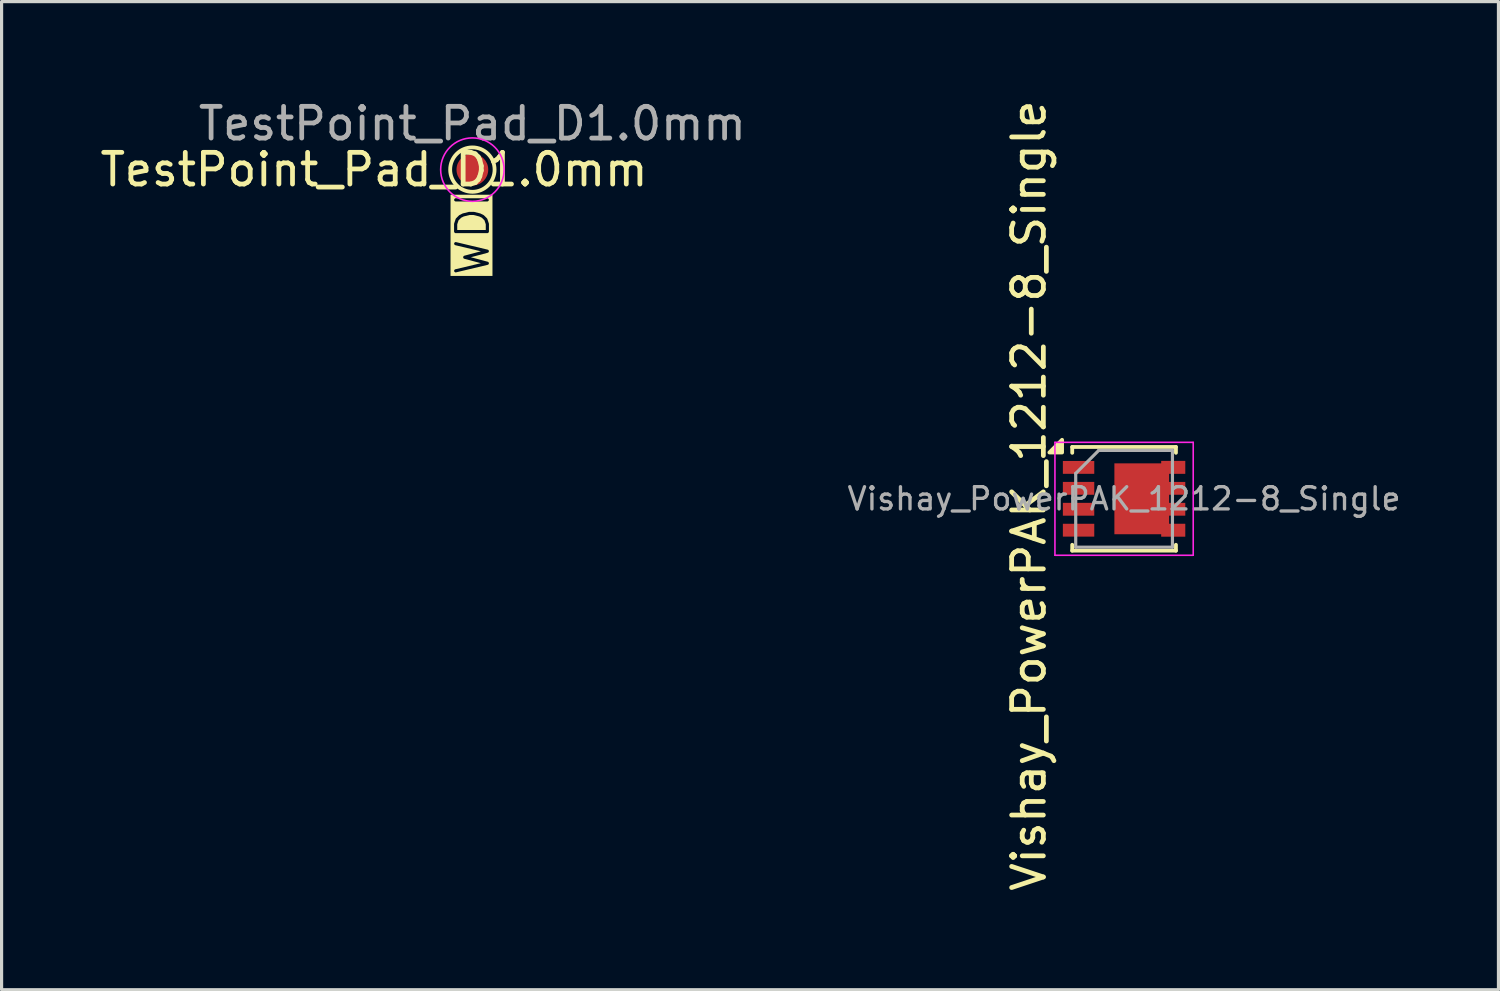
<source format=kicad_pcb>
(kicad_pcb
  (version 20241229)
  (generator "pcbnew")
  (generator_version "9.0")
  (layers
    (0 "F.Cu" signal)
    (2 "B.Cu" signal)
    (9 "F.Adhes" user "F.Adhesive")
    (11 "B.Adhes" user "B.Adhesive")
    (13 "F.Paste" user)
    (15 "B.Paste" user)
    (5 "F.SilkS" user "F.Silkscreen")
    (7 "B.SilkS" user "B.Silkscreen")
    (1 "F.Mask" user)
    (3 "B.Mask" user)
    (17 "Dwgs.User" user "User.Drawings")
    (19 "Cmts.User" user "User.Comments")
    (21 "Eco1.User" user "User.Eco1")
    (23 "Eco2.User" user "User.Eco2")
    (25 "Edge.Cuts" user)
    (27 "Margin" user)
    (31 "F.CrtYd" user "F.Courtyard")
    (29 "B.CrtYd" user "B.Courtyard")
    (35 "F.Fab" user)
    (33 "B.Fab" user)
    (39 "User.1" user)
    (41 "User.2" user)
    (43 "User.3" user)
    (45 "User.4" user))
  (footprint "TestPoint_Pad_D1.0mm"
    (layer "F.Cu")
    (at 11.844 2.298)
    (property "Reference" "TestPoint_Pad_D1.0mm" (at -3.1 0 0) (layer "F.SilkS") (effects (font (size 1 1) (thickness 0.15))))
    (property "Value" "WDI" (at 4.7 0 0) (layer "F.SilkS" knockout) (hide yes) (effects (font (size 1 1) (thickness 0.15))))
    (attr smd exclude_from_pos_files)
    (fp_circle (center 0 0) (end 0 0.7) (stroke (width 0.12) (type solid)) (fill no) (layer "F.SilkS"))
    (fp_circle (center 0 0) (end 1 0) (stroke (width 0.05) (type solid)) (fill no) (layer "F.CrtYd"))
    (fp_text user "${VALUE}" (at 0.6 3.4 90) (unlocked yes) (layer "F.SilkS" knockout) (effects (font (size 1 1) (thickness 0.1)) (justify left bottom)))
    (fp_text user "${REFERENCE}" (at 0 -1.45 0) (layer "F.Fab") (effects (font (size 1 1) (thickness 0.15))))
    (pad "1" smd circle (at 0 0) (size 1 1) (layers "F.Cu" "F.Mask")))
  (footprint "Vishay_PowerPAK_1212-8_Single"
    (layer "F.Cu")
    (at 32.392 12.677)
    (property "Reference" "Vishay_PowerPAK_1212-8_Single" (at -3 -0.1 90) (layer "F.SilkS") (effects (font (size 1 1) (thickness 0.15))))
    (attr smd)
    (fp_line (start -1.635 -1.635) (end -1.635 -1.45) (stroke (width 0.12) (type solid)) (layer "F.SilkS"))
    (fp_line (start -1.635 -1.635) (end 1.635 -1.635) (stroke (width 0.12) (type solid)) (layer "F.SilkS"))
    (fp_line (start -1.635 1.45) (end -1.635 1.635) (stroke (width 0.12) (type solid)) (layer "F.SilkS"))
    (fp_line (start -1.635 1.635) (end 1.635 1.635) (stroke (width 0.12) (type solid)) (layer "F.SilkS"))
    (fp_line (start 1.635 -1.635) (end 1.635 -1.45) (stroke (width 0.12) (type solid)) (layer "F.SilkS"))
    (fp_line (start 1.635 1.45) (end 1.635 1.635) (stroke (width 0.12) (type solid)) (layer "F.SilkS"))
    (fp_poly (pts (xy -2.355 -1.46) (xy -1.955 -1.86) (xy -1.955 -1.46)) (stroke (width 0.12) (type solid)) (fill yes) (layer "F.SilkS"))
    (fp_line (start -2.18 -1.78) (end -2.18 1.78) (stroke (width 0.05) (type solid)) (layer "F.CrtYd"))
    (fp_line (start -2.18 -1.78) (end 2.18 -1.78) (stroke (width 0.05) (type solid)) (layer "F.CrtYd"))
    (fp_line (start -2.18 1.78) (end 2.18 1.78) (stroke (width 0.05) (type solid)) (layer "F.CrtYd"))
    (fp_line (start 2.18 -1.78) (end 2.18 1.78) (stroke (width 0.05) (type solid)) (layer "F.CrtYd"))
    (fp_line (start -1.525 -0.8) (end -1.525 1.525) (stroke (width 0.1) (type solid)) (layer "F.Fab"))
    (fp_line (start -1.525 -0.8) (end -0.8 -1.525) (stroke (width 0.1) (type solid)) (layer "F.Fab"))
    (fp_line (start -1.525 1.525) (end 1.525 1.525) (stroke (width 0.1) (type solid)) (layer "F.Fab"))
    (fp_line (start -0.8 -1.525) (end 1.525 -1.525) (stroke (width 0.1) (type solid)) (layer "F.Fab"))
    (fp_line (start 1.525 -1.525) (end 1.525 1.525) (stroke (width 0.1) (type solid)) (layer "F.Fab"))
    (fp_text user "${REFERENCE}" (at 0 0 0) (layer "F.Fab") (effects (font (size 0.7 0.7) (thickness 0.105))))
    (pad "1" smd custom (at 0.557 0) (size 1.725 2.235) (layers "F.Cu" "F.Mask" "F.Paste") (options (anchor rect)) (primitives (gr_poly (pts (xy 1.373 -0.787) (xy 0.863 -0.787) (xy 0.863 -0.532) (xy 1.373 -0.532) (xy 1.373 -0.128) (xy 0.863 -0.128) (xy 0.863 0.128) (xy 1.373 0.128) (xy 1.373 0.532) (xy 0.863 0.532) (xy 0.863 0.787) (xy 1.373 0.787) (xy 1.373 1.195) (xy 0.613 1.195) (xy 0.613 -1.195) (xy 1.373 -1.195)) (width 0) (fill yes))))
    (pad "2" smd rect (at -1.435 0.99) (size 0.99 0.405) (layers "F.Cu" "F.Mask" "F.Paste"))
    (pad "3" smd rect (at -1.435 -0.99) (size 0.99 0.405) (layers "F.Cu" "F.Mask" "F.Paste"))
    (pad "3" smd rect (at -1.435 -0.33) (size 0.99 0.405) (layers "F.Cu" "F.Mask" "F.Paste"))
    (pad "3" smd rect (at -1.435 0.33) (size 0.99 0.405) (layers "F.Cu" "F.Mask" "F.Paste")))
  (gr_rect
    (start -3 -3)
    (end 44.196 28.155)
    (stroke (width 0.1) (type default))
    (fill no)
    (layer "Edge.Cuts")))
</source>
